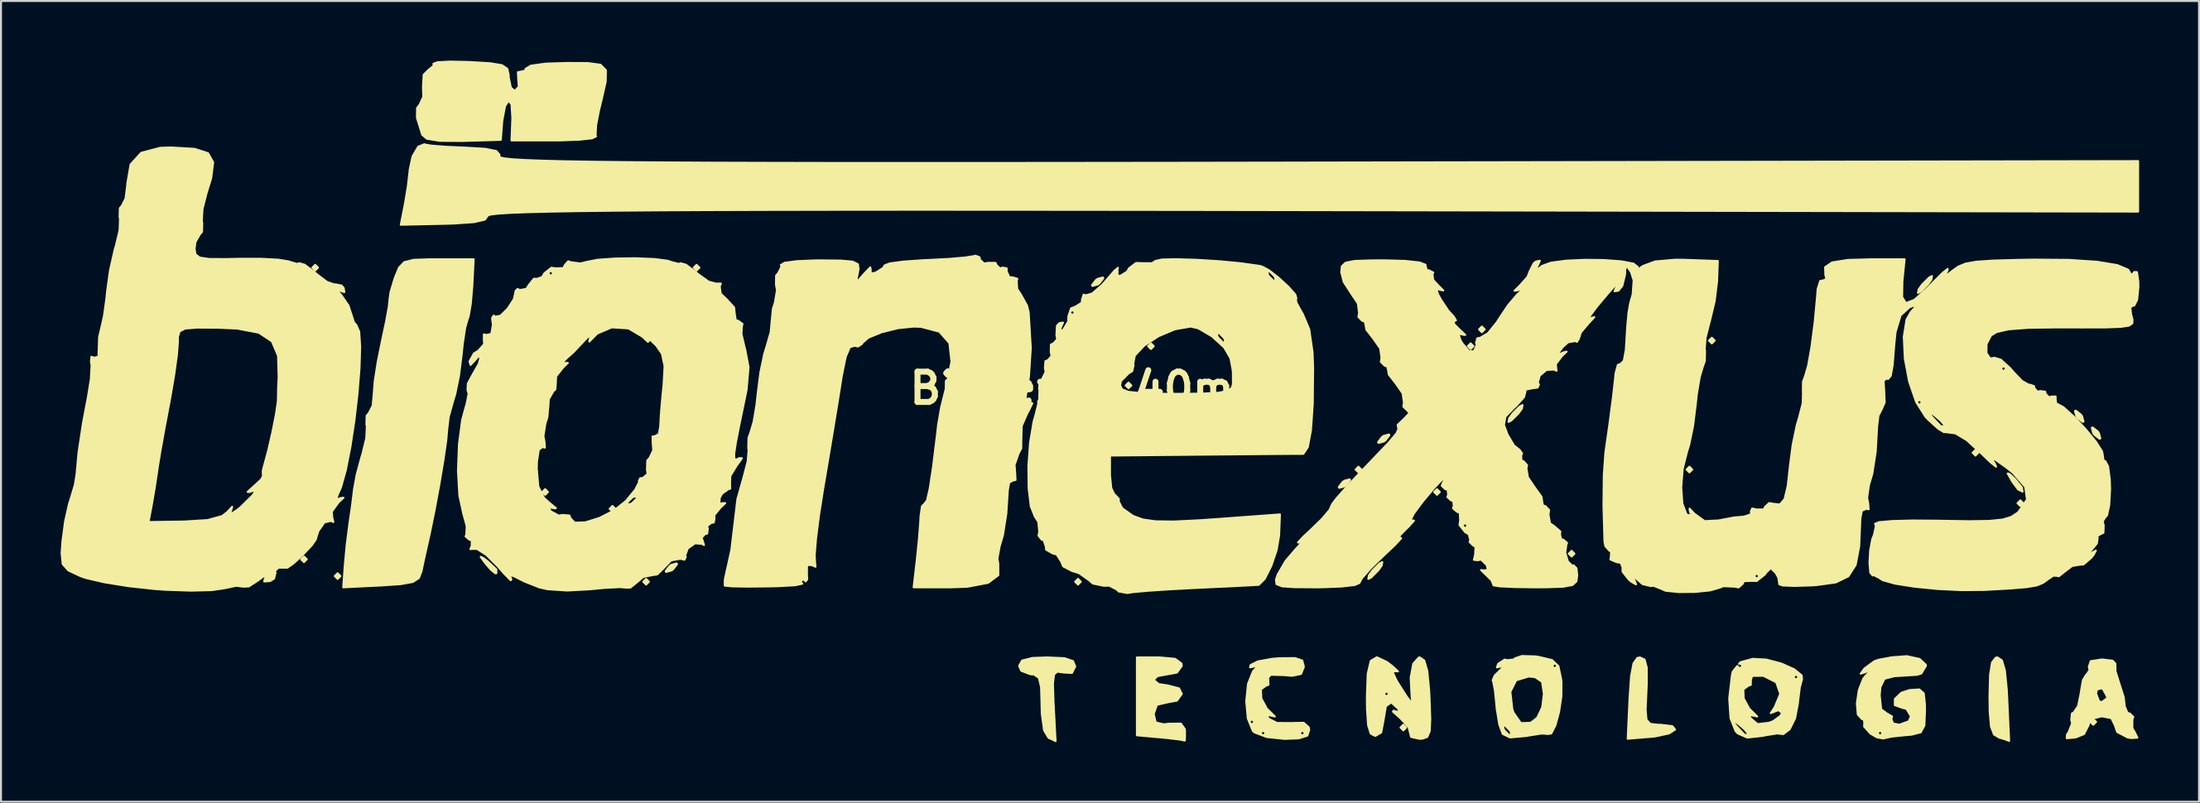
<source format=kicad_pcb>
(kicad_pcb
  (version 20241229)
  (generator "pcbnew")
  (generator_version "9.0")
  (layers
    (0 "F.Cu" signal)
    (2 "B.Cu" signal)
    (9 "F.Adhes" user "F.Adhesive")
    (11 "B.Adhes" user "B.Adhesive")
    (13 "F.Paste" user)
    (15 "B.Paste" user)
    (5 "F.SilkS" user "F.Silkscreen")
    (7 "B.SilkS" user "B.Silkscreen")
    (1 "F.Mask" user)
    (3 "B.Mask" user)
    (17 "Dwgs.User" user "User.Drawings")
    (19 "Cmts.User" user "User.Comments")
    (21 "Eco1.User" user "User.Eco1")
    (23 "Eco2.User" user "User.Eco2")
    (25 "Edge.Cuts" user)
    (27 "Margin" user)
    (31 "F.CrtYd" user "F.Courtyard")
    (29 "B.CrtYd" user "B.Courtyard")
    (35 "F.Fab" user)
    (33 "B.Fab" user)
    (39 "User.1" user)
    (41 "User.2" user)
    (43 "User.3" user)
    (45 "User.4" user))
  (footprint "Bionexus_40mm"
    (layer "F.Cu")
    (at 51.896 16.488)
    (property "Reference" "Bionexus_40mm" (at 0 0 0) (layer "F.SilkS") (effects (font (size 1.524 1.524) (thickness 0.3))))
    (attr through_hole)
    (fp_poly (pts (xy -39.511 8.608) (xy -39.652 8.749) (xy -39.793 8.608) (xy -39.652 8.467) (xy -39.511 8.608)) (stroke (width 0.1) (type solid)) (fill yes) (layer "F.SilkS"))
    (fp_poly (pts (xy -38.947 -6.068) (xy -39.088 -5.927) (xy -39.229 -6.068) (xy -39.088 -6.209) (xy -38.947 -6.068)) (stroke (width 0.1) (type solid)) (fill yes) (layer "F.SilkS"))
    (fp_poly (pts (xy -37.818 9.454) (xy -37.959 9.596) (xy -38.1 9.454) (xy -37.959 9.313) (xy -37.818 9.454)) (stroke (width 0.1) (type solid)) (fill yes) (layer "F.SilkS"))
    (fp_poly (pts (xy -27.376 5.221) (xy -27.517 5.362) (xy -27.658 5.221) (xy -27.517 5.08) (xy -27.376 5.221)) (stroke (width 0.1) (type solid)) (fill yes) (layer "F.SilkS"))
    (fp_poly (pts (xy -23.989 6.068) (xy -24.13 6.209) (xy -24.271 6.068) (xy -24.13 5.927) (xy -23.989 6.068)) (stroke (width 0.1) (type solid)) (fill yes) (layer "F.SilkS"))
    (fp_poly (pts (xy -22.296 9.737) (xy -22.437 9.878) (xy -22.578 9.737) (xy -22.437 9.596) (xy -22.296 9.737)) (stroke (width 0.1) (type solid)) (fill yes) (layer "F.SilkS"))
    (fp_poly (pts (xy -19.756 -6.068) (xy -19.897 -5.927) (xy -20.038 -6.068) (xy -19.897 -6.209) (xy -19.756 -6.068)) (stroke (width 0.1) (type solid)) (fill yes) (layer "F.SilkS"))
    (fp_poly (pts (xy -0.564 9.737) (xy -0.706 9.878) (xy -0.847 9.737) (xy -0.706 9.596) (xy -0.564 9.737)) (stroke (width 0.1) (type solid)) (fill yes) (layer "F.SilkS"))
    (fp_poly (pts (xy 1.976 -0.141) (xy 1.834 0) (xy 1.693 -0.141) (xy 1.834 -0.282) (xy 1.976 -0.141)) (stroke (width 0.1) (type solid)) (fill yes) (layer "F.SilkS"))
    (fp_poly (pts (xy 3.104 -2.117) (xy 2.963 -1.976) (xy 2.822 -2.117) (xy 2.963 -2.258) (xy 3.104 -2.117)) (stroke (width 0.1) (type solid)) (fill yes) (layer "F.SilkS"))
    (fp_poly (pts (xy 13.547 4.092) (xy 13.406 4.233) (xy 13.264 4.092) (xy 13.406 3.951) (xy 13.547 4.092)) (stroke (width 0.1) (type solid)) (fill yes) (layer "F.SilkS"))
    (fp_poly (pts (xy 15.804 17.074) (xy 15.663 17.216) (xy 15.522 17.074) (xy 15.663 16.933) (xy 15.804 17.074)) (stroke (width 0.1) (type solid)) (fill yes) (layer "F.SilkS"))
    (fp_poly (pts (xy 17.498 5.221) (xy 17.357 5.362) (xy 17.216 5.221) (xy 17.357 5.08) (xy 17.498 5.221)) (stroke (width 0.1) (type solid)) (fill yes) (layer "F.SilkS"))
    (fp_poly (pts (xy 19.191 -2.117) (xy 19.05 -1.976) (xy 18.909 -2.117) (xy 19.05 -2.258) (xy 19.191 -2.117)) (stroke (width 0.1) (type solid)) (fill yes) (layer "F.SilkS"))
    (fp_poly (pts (xy 19.756 -2.963) (xy 19.614 -2.822) (xy 19.473 -2.963) (xy 19.614 -3.104) (xy 19.756 -2.963)) (stroke (width 0.1) (type solid)) (fill yes) (layer "F.SilkS"))
    (fp_poly (pts (xy 24.271 8.326) (xy 24.13 8.467) (xy 23.989 8.326) (xy 24.13 8.184) (xy 24.271 8.326)) (stroke (width 0.1) (type solid)) (fill yes) (layer "F.SilkS"))
    (fp_poly (pts (xy 30.198 4.092) (xy 30.057 4.233) (xy 29.916 4.092) (xy 30.057 3.951) (xy 30.198 4.092)) (stroke (width 0.1) (type solid)) (fill yes) (layer "F.SilkS"))
    (fp_poly (pts (xy 31.327 -2.399) (xy 31.186 -2.258) (xy 31.044 -2.399) (xy 31.186 -2.54) (xy 31.327 -2.399)) (stroke (width 0.1) (type solid)) (fill yes) (layer "F.SilkS"))
    (fp_poly (pts (xy 44.591 3.246) (xy 44.45 3.387) (xy 44.309 3.246) (xy 44.45 3.104) (xy 44.591 3.246)) (stroke (width 0.1) (type solid)) (fill yes) (layer "F.SilkS"))
    (fp_poly (pts (xy 46.849 5.786) (xy 46.708 5.927) (xy 46.567 5.786) (xy 46.708 5.644) (xy 46.849 5.786)) (stroke (width 0.1) (type solid)) (fill yes) (layer "F.SilkS"))
    (fp_poly (pts (xy 50.518 16.792) (xy 50.377 16.933) (xy 50.236 16.792) (xy 50.377 16.651) (xy 50.518 16.792)) (stroke (width 0.1) (type solid)) (fill yes) (layer "F.SilkS"))
    (fp_poly (pts (xy 46.821 5.202) (xy 46.598 5.096) (xy 46.313 4.714) (xy 46.072 4.291) (xy 46.162 4.313) (xy 46.448 4.579) (xy 46.784 4.992) (xy 46.821 5.202)) (stroke (width 0.1) (type solid)) (fill yes) (layer "F.SilkS"))
    (fp_poly (pts (xy -29.971 9.125) (xy -29.973 9.309) (xy -30.022 9.313) (xy -30.258 9.12) (xy -30.516 8.819) (xy -30.76 8.485) (xy -30.614 8.555) (xy -30.409 8.713) (xy -29.971 9.125)) (stroke (width 0.1) (type solid)) (fill yes) (layer "F.SilkS"))
    (fp_poly (pts (xy -20.884 8.857) (xy -21.083 9.114) (xy -21.167 9.172) (xy -21.431 9.244) (xy -21.449 9.206) (xy -21.25 8.948) (xy -21.167 8.89) (xy -20.903 8.818) (xy -20.884 8.857)) (stroke (width 0.1) (type solid)) (fill yes) (layer "F.SilkS"))
    (fp_poly (pts (xy 0.564 -5.537) (xy 0.366 -5.279) (xy 0.282 -5.221) (xy 0.018 -5.149) (xy 0 -5.188) (xy 0.199 -5.445) (xy 0.282 -5.503) (xy 0.546 -5.575) (xy 0.564 -5.537)) (stroke (width 0.1) (type solid)) (fill yes) (layer "F.SilkS"))
    (fp_poly (pts (xy 12.982 4.623) (xy 12.784 4.881) (xy 12.7 4.939) (xy 12.436 5.011) (xy 12.418 4.972) (xy 12.616 4.715) (xy 12.7 4.657) (xy 12.964 4.585) (xy 12.982 4.623)) (stroke (width 0.1) (type solid)) (fill yes) (layer "F.SilkS"))
    (fp_poly (pts (xy 14.604 8.749) (xy 14.572 8.925) (xy 14.393 9.172) (xy 14.039 9.524) (xy 13.901 9.596) (xy 13.933 9.419) (xy 14.111 9.172) (xy 14.466 8.82) (xy 14.604 8.749)) (stroke (width 0.1) (type solid)) (fill yes) (layer "F.SilkS"))
    (fp_poly (pts (xy 14.958 2.366) (xy 14.759 2.623) (xy 14.676 2.681) (xy 14.412 2.753) (xy 14.393 2.714) (xy 14.592 2.457) (xy 14.676 2.399) (xy 14.939 2.327) (xy 14.958 2.366)) (stroke (width 0.1) (type solid)) (fill yes) (layer "F.SilkS"))
    (fp_poly (pts (xy 21.659 0.847) (xy 21.627 1.023) (xy 21.449 1.27) (xy 21.094 1.622) (xy 20.956 1.693) (xy 20.988 1.517) (xy 21.167 1.27) (xy 21.521 0.918) (xy 21.659 0.847)) (stroke (width 0.1) (type solid)) (fill yes) (layer "F.SilkS"))
    (fp_poly (pts (xy 42.261 -5.644) (xy 42.229 -5.468) (xy 42.051 -5.221) (xy 41.696 -4.869) (xy 41.559 -4.798) (xy 41.591 -4.974) (xy 41.769 -5.221) (xy 42.124 -5.573) (xy 42.261 -5.644)) (stroke (width 0.1) (type solid)) (fill yes) (layer "F.SilkS"))
    (fp_poly (pts (xy 49.884 1.675) (xy 49.846 1.693) (xy 49.588 1.495) (xy 49.53 1.411) (xy 49.458 1.147) (xy 49.497 1.129) (xy 49.754 1.328) (xy 49.812 1.411) (xy 49.884 1.675)) (stroke (width 0.1) (type solid)) (fill yes) (layer "F.SilkS"))
    (fp_poly (pts (xy 50.731 2.522) (xy 50.692 2.54) (xy 50.435 2.341) (xy 50.377 2.258) (xy 50.305 1.994) (xy 50.343 1.976) (xy 50.601 2.174) (xy 50.659 2.258) (xy 50.731 2.522)) (stroke (width 0.1) (type solid)) (fill yes) (layer "F.SilkS"))
    (fp_poly (pts (xy 46.143 17.748) (xy 45.915 17.66) (xy 45.649 17.585) (xy 45.382 17.423) (xy 45.231 17.029) (xy 45.166 16.279) (xy 45.156 15.502) (xy 45.184 14.42) (xy 45.282 13.805) (xy 45.468 13.562) (xy 45.557 13.547) (xy 45.781 13.697) (xy 45.93 14.205) (xy 46.024 15.156) (xy 46.05 15.664) (xy 46.095 16.67) (xy 46.128 17.407) (xy 46.143 17.741) (xy 46.143 17.748)) (stroke (width 0.1) (type solid)) (fill yes) (layer "F.SilkS"))
    (fp_poly (pts (xy 29.335 17.175) (xy 29.033 17.371) (xy 28.341 17.521) (xy 28.152 17.54) (xy 26.952 17.639) (xy 27.045 15.593) (xy 27.122 14.487) (xy 27.244 13.847) (xy 27.437 13.575) (xy 27.564 13.547) (xy 27.801 13.655) (xy 27.91 14.055) (xy 27.913 14.862) (xy 27.895 15.241) (xy 27.853 16.177) (xy 27.897 16.683) (xy 28.082 16.891) (xy 28.461 16.934) (xy 28.575 16.934) (xy 29.2 17.006) (xy 29.335 17.175)) (stroke (width 0.1) (type solid)) (fill yes) (layer "F.SilkS"))
    (fp_poly (pts (xy -0.847 14.003) (xy -1.012 14.329) (xy -1.434 14.305) (xy -1.749 14.26) (xy -1.915 14.41) (xy -1.967 14.872) (xy -1.939 15.762) (xy -1.928 15.967) (xy -1.88 16.89) (xy -1.847 17.536) (xy -1.834 17.758) (xy -2.047 17.652) (xy -2.187 17.593) (xy -2.414 17.217) (xy -2.529 16.371) (xy -2.54 15.922) (xy -2.565 15.033) (xy -2.674 14.573) (xy -2.916 14.408) (xy -3.104 14.393) (xy -3.564 14.217) (xy -3.669 13.97) (xy -3.518 13.704) (xy -2.995 13.574) (xy -2.258 13.547) (xy -1.387 13.587) (xy -0.957 13.732) (xy -0.847 14.003)) (stroke (width 0.1) (type solid)) (fill yes) (layer "F.SilkS"))
    (fp_poly (pts (xy 4.677 17.273) (xy 4.672 17.675) (xy 4.667 17.731) (xy 4.409 17.678) (xy 3.774 17.604) (xy 3.457 17.573) (xy 2.258 17.465) (xy 2.258 15.506) (xy 2.258 13.547) (xy 3.387 13.547) (xy 4.172 13.617) (xy 4.495 13.848) (xy 4.516 13.97) (xy 4.27 14.31) (xy 3.81 14.393) (xy 3.28 14.49) (xy 3.104 14.676) (xy 3.346 14.888) (xy 3.81 14.958) (xy 4.377 15.105) (xy 4.516 15.381) (xy 4.27 15.722) (xy 3.81 15.804) (xy 3.262 15.932) (xy 3.105 16.387) (xy 3.104 16.401) (xy 3.203 16.82) (xy 3.608 16.914) (xy 3.891 16.882) (xy 4.472 16.879) (xy 4.671 17.159) (xy 4.677 17.273)) (stroke (width 0.1) (type solid)) (fill yes) (layer "F.SilkS"))
    (fp_poly (pts (xy 52.596 17.586) (xy 52.274 17.603) (xy 52.108 17.574) (xy 51.578 17.299) (xy 51.471 16.978) (xy 51.289 16.601) (xy 51.082 16.563) (xy 51.082 15.539) (xy 50.877 15.157) (xy 50.8 15.099) (xy 50.558 15.163) (xy 50.518 15.364) (xy 50.665 15.751) (xy 50.8 15.804) (xy 51.074 15.602) (xy 51.082 15.539) (xy 51.082 16.563) (xy 50.8 16.51) (xy 50.242 16.649) (xy 50.129 16.978) (xy 49.911 17.403) (xy 49.492 17.574) (xy 49.042 17.612) (xy 49.057 17.423) (xy 49.128 17.33) (xy 49.312 16.873) (xy 49.27 16.688) (xy 49.305 16.369) (xy 49.393 16.32) (xy 49.611 16.001) (xy 49.744 15.358) (xy 49.748 15.309) (xy 49.857 14.685) (xy 50.037 14.396) (xy 50.054 14.394) (xy 50.191 14.189) (xy 50.153 14.021) (xy 50.249 13.736) (xy 50.813 13.649) (xy 51.344 13.71) (xy 51.488 13.857) (xy 51.495 14.238) (xy 51.69 14.864) (xy 51.909 15.547) (xy 51.962 16.016) (xy 52.098 16.34) (xy 52.215 16.369) (xy 52.392 16.543) (xy 52.345 16.663) (xy 52.342 17.105) (xy 52.472 17.33) (xy 52.596 17.586)) (stroke (width 0.1) (type solid)) (fill yes) (layer "F.SilkS"))
    (fp_poly (pts (xy 17.018 16.649) (xy 16.99 17.261) (xy 16.864 17.55) (xy 16.613 17.636) (xy 16.466 17.64) (xy 16.051 17.546) (xy 16.013 17.388) (xy 15.929 17.057) (xy 15.511 16.603) (xy 15.492 16.588) (xy 15.143 16.275) (xy 15.172 16.226) (xy 15.213 16.247) (xy 15.472 16.305) (xy 15.408 16.13) (xy 15.056 15.81) (xy 14.958 15.879) (xy 14.958 15.381) (xy 14.817 15.24) (xy 14.676 15.381) (xy 14.817 15.522) (xy 14.958 15.381) (xy 14.958 15.879) (xy 14.786 15.998) (xy 14.676 16.639) (xy 14.676 16.651) (xy 14.549 17.323) (xy 14.252 17.498) (xy 14.022 17.382) (xy 13.891 16.964) (xy 13.835 16.141) (xy 13.829 15.522) (xy 13.871 14.366) (xy 14.024 13.721) (xy 14.33 13.54) (xy 14.828 13.773) (xy 15.116 13.991) (xy 15.392 14.25) (xy 15.281 14.238) (xy 15.117 14.268) (xy 15.325 14.718) (xy 15.408 14.852) (xy 15.845 15.537) (xy 16.054 15.806) (xy 16.103 15.725) (xy 16.08 15.522) (xy 16.032 14.569) (xy 16.163 13.864) (xy 16.443 13.551) (xy 16.488 13.547) (xy 16.715 13.701) (xy 16.866 14.22) (xy 16.961 15.192) (xy 16.982 15.594) (xy 17.018 16.649)) (stroke (width 0.1) (type solid)) (fill yes) (layer "F.SilkS"))
    (fp_poly (pts (xy -24.459 -16.003) (xy -24.47 -15.43) (xy -24.693 -14.45) (xy -24.808 -13.986) (xy -24.954 -13.238) (xy -24.979 -12.74) (xy -24.959 -12.672) (xy -25.158 -12.578) (xy -25.795 -12.508) (xy -26.745 -12.473) (xy -27.023 -12.471) (xy -29.21 -12.471) (xy -29.167 -13.602) (xy -29.209 -14.289) (xy -29.357 -14.476) (xy -29.536 -14.195) (xy -29.671 -13.481) (xy -29.681 -13.372) (xy -29.747 -12.5) (xy -31.669 -12.444) (xy -32.812 -12.45) (xy -33.467 -12.557) (xy -33.702 -12.756) (xy -33.885 -13.347) (xy -33.968 -13.608) (xy -33.96 -14.106) (xy -33.828 -14.276) (xy -33.649 -14.662) (xy -33.664 -15.154) (xy -33.63 -15.776) (xy -33.41 -15.997) (xy -33.128 -16.228) (xy -33.137 -16.328) (xy -32.938 -16.405) (xy -32.309 -16.438) (xy -31.381 -16.42) (xy -31.301 -16.416) (xy -30.276 -16.354) (xy -29.692 -16.258) (xy -29.425 -16.08) (xy -29.353 -15.77) (xy -29.351 -15.64) (xy -29.24 -15.121) (xy -29.036 -14.958) (xy -28.842 -15.181) (xy -28.869 -15.523) (xy -28.887 -15.905) (xy -28.76 -15.929) (xy -28.52 -15.978) (xy -28.504 -16.07) (xy -28.236 -16.232) (xy -27.486 -16.336) (xy -26.427 -16.369) (xy -25.363 -16.364) (xy -24.732 -16.279) (xy -24.459 -16.003)) (stroke (width 0.1) (type solid)) (fill yes) (layer "F.SilkS"))
    (fp_poly (pts (xy -31.113 -6.491) (xy -31.184 -5.111) (xy -31.258 -4.248) (xy -31.366 -3.618) (xy -31.424 -3.457) (xy -31.542 -3.038) (xy -31.66 -2.259) (xy -31.721 -1.662) (xy -31.852 -0.629) (xy -32.041 0.294) (xy -32.148 0.643) (xy -32.371 1.445) (xy -32.443 2.054) (xy -32.494 2.635) (xy -32.635 3.608) (xy -32.837 4.816) (xy -33.074 6.098) (xy -33.319 7.296) (xy -33.423 7.761) (xy -33.61 8.594) (xy -33.743 9.22) (xy -33.871 9.551) (xy -34.176 9.749) (xy -34.79 9.86) (xy -35.771 9.925) (xy -37.677 10.019) (xy -37.596 8.89) (xy -37.499 7.851) (xy -37.37 6.843) (xy -37.36 6.773) (xy -37.229 5.872) (xy -37.134 5.085) (xy -37.133 5.08) (xy -36.997 4.338) (xy -36.752 3.437) (xy -36.71 3.304) (xy -36.518 2.52) (xy -36.488 1.92) (xy -36.51 1.832) (xy -36.499 1.382) (xy -36.391 1.26) (xy -36.197 0.881) (xy -36.144 0.334) (xy -36.096 -0.327) (xy -35.943 -1.315) (xy -35.733 -2.356) (xy -35.523 -3.339) (xy -35.385 -4.095) (xy -35.347 -4.467) (xy -35.348 -4.472) (xy -35.297 -4.838) (xy -35.102 -5.488) (xy -35.072 -5.574) (xy -34.869 -6.069) (xy -34.609 -6.343) (xy -34.14 -6.462) (xy -33.309 -6.491) (xy -32.928 -6.491) (xy -31.113 -6.491)) (stroke (width 0.1) (type solid)) (fill yes) (layer "F.SilkS"))
    (fp_poly (pts (xy 52.634 -8.89) (xy 11.077 -8.962) (xy 5.23 -8.972) (xy -0.075 -8.978) (xy -4.861 -8.982) (xy -9.153 -8.983) (xy -12.972 -8.98) (xy -16.342 -8.974) (xy -19.285 -8.965) (xy -21.826 -8.952) (xy -23.987 -8.935) (xy -25.79 -8.914) (xy -27.26 -8.888) (xy -28.419 -8.859) (xy -29.289 -8.825) (xy -29.896 -8.786) (xy -30.26 -8.743) (xy -30.405 -8.695) (xy -30.41 -8.68) (xy -30.55 -8.485) (xy -31.106 -8.358) (xy -32.142 -8.288) (xy -32.56 -8.276) (xy -34.78 -8.227) (xy -34.576 -9.264) (xy -34.425 -10.169) (xy -34.334 -10.962) (xy -34.331 -11.007) (xy -34.186 -11.671) (xy -33.904 -12.154) (xy -33.594 -12.277) (xy -33.568 -12.264) (xy -33.225 -12.207) (xy -32.482 -12.15) (xy -31.547 -12.109) (xy -30.521 -12.048) (xy -29.971 -11.935) (xy -29.813 -11.747) (xy -29.831 -11.667) (xy -29.78 -11.614) (xy -29.566 -11.566) (xy -29.166 -11.523) (xy -28.554 -11.486) (xy -27.706 -11.453) (xy -26.597 -11.424) (xy -25.202 -11.4) (xy -23.496 -11.38) (xy -21.454 -11.364) (xy -19.052 -11.351) (xy -16.265 -11.343) (xy -13.069 -11.337) (xy -9.437 -11.335) (xy -5.346 -11.336) (xy -0.771 -11.34) (xy 4.313 -11.346) (xy 9.931 -11.355) (xy 11.329 -11.358) (xy 52.634 -11.43) (xy 52.634 -10.16) (xy 52.634 -8.89)) (stroke (width 0.1) (type solid)) (fill yes) (layer "F.SilkS"))
    (fp_poly (pts (xy 10.927 17.191) (xy 10.829 17.484) (xy 10.724 17.517) (xy 10.724 17.357) (xy 10.583 17.216) (xy 10.442 17.357) (xy 10.583 17.498) (xy 10.724 17.357) (xy 10.724 17.517) (xy 10.395 17.62) (xy 9.692 17.646) (xy 8.79 17.553) (xy 8.618 17.488) (xy 8.749 17.357) (xy 8.608 17.216) (xy 8.467 17.357) (xy 8.586 17.476) (xy 8.178 17.321) (xy 8.091 17.243) (xy 7.91 16.8) (xy 8.043 16.933) (xy 8.184 16.792) (xy 8.043 16.651) (xy 7.906 16.789) (xy 7.838 16.623) (xy 7.759 15.752) (xy 7.849 14.876) (xy 8.101 14.243) (xy 8.177 14.161) (xy 8.41 13.924) (xy 8.211 13.993) (xy 7.951 14.046) (xy 7.983 13.926) (xy 8.345 13.748) (xy 9.06 13.617) (xy 9.421 13.588) (xy 10.21 13.581) (xy 10.576 13.702) (xy 10.655 14) (xy 10.653 14.036) (xy 10.514 14.378) (xy 10.07 14.47) (xy 9.643 14.436) (xy 8.989 14.419) (xy 8.841 14.586) (xy 8.868 14.64) (xy 8.877 14.925) (xy 8.766 14.958) (xy 8.497 15.156) (xy 8.517 15.614) (xy 8.794 16.124) (xy 8.961 16.288) (xy 9.196 16.52) (xy 9.058 16.487) (xy 8.801 16.431) (xy 8.875 16.627) (xy 9.3 16.845) (xy 9.99 16.85) (xy 10.646 16.836) (xy 10.906 17.067) (xy 10.927 17.191)) (stroke (width 0.1) (type solid)) (fill yes) (layer "F.SilkS"))
    (fp_poly (pts (xy 41.957 13.97) (xy 41.727 14.354) (xy 41.51 14.421) (xy 40.876 14.46) (xy 40.366 14.492) (xy 39.871 14.62) (xy 39.667 15.037) (xy 39.63 15.452) (xy 39.705 16.157) (xy 39.991 16.369) (xy 40.251 16.517) (xy 40.217 16.651) (xy 40.303 16.873) (xy 40.623 16.933) (xy 41.096 16.761) (xy 41.204 16.51) (xy 40.979 16.136) (xy 40.781 16.087) (xy 40.393 15.947) (xy 40.395 15.639) (xy 40.721 15.326) (xy 41.134 15.19) (xy 41.626 15.159) (xy 41.849 15.356) (xy 41.908 15.925) (xy 41.91 16.234) (xy 41.879 16.972) (xy 41.696 17.316) (xy 41.227 17.435) (xy 40.946 17.457) (xy 40.248 17.529) (xy 39.832 17.617) (xy 39.814 17.626) (xy 39.793 17.622) (xy 39.793 17.357) (xy 39.652 17.216) (xy 39.511 17.357) (xy 39.652 17.498) (xy 39.793 17.357) (xy 39.793 17.622) (xy 39.482 17.565) (xy 39.16 17.374) (xy 38.847 17.021) (xy 38.857 16.835) (xy 38.833 16.662) (xy 38.74 16.651) (xy 38.529 16.419) (xy 38.482 15.864) (xy 38.58 15.194) (xy 38.804 14.62) (xy 38.947 14.443) (xy 39.225 14.177) (xy 39.069 14.215) (xy 38.947 14.273) (xy 38.677 14.364) (xy 38.847 14.128) (xy 38.873 14.099) (xy 39.361 13.74) (xy 39.579 13.664) (xy 40.133 13.561) (xy 40.217 13.543) (xy 40.993 13.484) (xy 41.637 13.624) (xy 41.951 13.915) (xy 41.957 13.97)) (stroke (width 0.1) (type solid)) (fill yes) (layer "F.SilkS"))
    (fp_poly (pts (xy 23.619 14.797) (xy 23.614 15.509) (xy 23.499 16.284) (xy 23.424 16.561) (xy 23.424 13.97) (xy 23.283 13.829) (xy 23.142 13.97) (xy 23.283 14.111) (xy 23.424 13.97) (xy 23.424 16.561) (xy 23.316 16.96) (xy 23.108 17.372) (xy 22.949 17.399) (xy 22.735 17.384) (xy 22.735 15.381) (xy 22.643 14.772) (xy 22.295 14.538) (xy 21.968 14.506) (xy 21.336 14.699) (xy 21.048 15.274) (xy 21.144 16.141) (xy 21.205 16.324) (xy 21.576 16.855) (xy 22.075 16.837) (xy 22.402 16.581) (xy 22.651 16.057) (xy 22.735 15.381) (xy 22.735 17.384) (xy 22.624 17.376) (xy 21.98 17.474) (xy 21.866 17.499) (xy 21.078 17.569) (xy 21.078 17.315) (xy 21.026 17.216) (xy 20.76 16.946) (xy 20.71 16.933) (xy 20.691 17.116) (xy 20.743 17.216) (xy 21.009 17.485) (xy 21.059 17.498) (xy 21.078 17.315) (xy 21.078 17.569) (xy 21.03 17.573) (xy 20.663 17.396) (xy 20.491 16.922) (xy 20.364 16.153) (xy 20.346 15.946) (xy 20.271 15.206) (xy 20.182 14.752) (xy 20.157 14.703) (xy 20.255 14.464) (xy 20.536 14.189) (xy 20.768 13.959) (xy 20.629 13.993) (xy 20.371 14.047) (xy 20.437 13.868) (xy 20.764 13.655) (xy 20.884 13.688) (xy 21.233 13.65) (xy 21.278 13.594) (xy 21.628 13.476) (xy 22.3 13.495) (xy 22.467 13.519) (xy 23.146 13.68) (xy 23.467 13.991) (xy 23.603 14.645) (xy 23.619 14.797)) (stroke (width 0.1) (type solid)) (fill yes) (layer "F.SilkS"))
    (fp_poly (pts (xy 35.722 14.641) (xy 35.611 15.053) (xy 35.56 15.469) (xy 35.56 14.534) (xy 35.419 14.393) (xy 35.278 14.534) (xy 35.419 14.676) (xy 35.56 14.534) (xy 35.56 15.469) (xy 35.524 15.761) (xy 35.518 15.848) (xy 35.372 16.614) (xy 35.106 17.151) (xy 35.082 17.175) (xy 34.775 17.408) (xy 34.713 17.398) (xy 34.713 16.322) (xy 34.529 16.197) (xy 34.361 16.265) (xy 34.15 16.349) (xy 34.332 16.077) (xy 34.345 16.061) (xy 34.629 15.378) (xy 34.425 14.797) (xy 33.791 14.478) (xy 33.748 14.471) (xy 33.214 14.476) (xy 33.153 14.663) (xy 33.143 14.932) (xy 33.037 14.958) (xy 32.768 15.156) (xy 32.788 15.614) (xy 33.065 16.124) (xy 33.232 16.288) (xy 33.467 16.52) (xy 33.329 16.487) (xy 33.071 16.433) (xy 33.134 16.608) (xy 33.485 16.904) (xy 34.059 16.836) (xy 34.267 16.762) (xy 34.655 16.477) (xy 34.713 16.322) (xy 34.713 17.398) (xy 34.472 17.371) (xy 33.878 17.465) (xy 33.74 17.495) (xy 33.02 17.575) (xy 33.02 17.391) (xy 32.827 17.156) (xy 32.526 16.897) (xy 32.192 16.653) (xy 32.262 16.799) (xy 32.42 17.004) (xy 32.831 17.443) (xy 33.015 17.441) (xy 33.02 17.391) (xy 33.02 17.575) (xy 32.97 17.581) (xy 32.49 17.37) (xy 32.379 17.253) (xy 32.125 16.605) (xy 32.06 15.611) (xy 32.193 14.462) (xy 32.235 14.268) (xy 32.466 13.981) (xy 32.597 14.111) (xy 32.738 13.97) (xy 32.597 13.829) (xy 32.553 13.873) (xy 32.619 13.791) (xy 33.243 13.619) (xy 33.924 13.655) (xy 34.674 13.853) (xy 35.324 14.142) (xy 35.705 14.452) (xy 35.722 14.641)) (stroke (width 0.1) (type solid)) (fill yes) (layer "F.SilkS"))
    (fp_poly (pts (xy -3.005 0.757) (xy -3.195 1.151) (xy -3.247 1.233) (xy -3.538 1.895) (xy -3.554 2.432) (xy -3.563 3.03) (xy -3.697 3.28) (xy -3.898 3.854) (xy -3.87 4.232) (xy -3.85 4.616) (xy -3.976 4.642) (xy -4.172 4.751) (xy -4.238 5.135) (xy -4.314 6.322) (xy -4.483 7.392) (xy -4.653 7.973) (xy -4.761 8.577) (xy -4.718 8.831) (xy -4.716 9.407) (xy -5.23 9.792) (xy -6.268 9.989) (xy -7.098 10.019) (xy -8.976 10.019) (xy -8.814 8.608) (xy -8.712 7.611) (xy -8.643 6.726) (xy -8.63 6.448) (xy -8.557 5.938) (xy -8.428 5.809) (xy -8.309 5.661) (xy -8.168 5.055) (xy -8.001 3.961) (xy -7.802 2.345) (xy -7.744 1.834) (xy -7.591 0.952) (xy -7.355 0.01) (xy -7.352 0.002) (xy -7.073 -1.334) (xy -7.177 -2.272) (xy -7.682 -2.847) (xy -8.604 -3.091) (xy -8.97 -3.104) (xy -9.774 -3.022) (xy -10.599 -2.814) (xy -11.258 -2.543) (xy -11.566 -2.271) (xy -11.571 -2.239) (xy -11.776 -2.1) (xy -11.953 -2.14) (xy -12.192 -2.061) (xy -12.396 -1.575) (xy -12.593 -0.609) (xy -12.631 -0.367) (xy -12.801 0.701) (xy -13.035 2.126) (xy -13.3 3.709) (xy -13.524 5.03) (xy -13.737 6.381) (xy -13.885 7.538) (xy -13.955 8.385) (xy -13.936 8.802) (xy -13.93 8.813) (xy -13.916 8.983) (xy -14.09 8.903) (xy -14.34 8.895) (xy -14.346 9.308) (xy -14.334 9.627) (xy -14.411 9.719) (xy -14.534 9.596) (xy -14.676 9.737) (xy -14.577 9.835) (xy -14.941 9.915) (xy -15.788 9.961) (xy -16.322 9.974) (xy -17.337 9.984) (xy -18.102 9.971) (xy -18.47 9.935) (xy -18.481 9.929) (xy -18.476 9.626) (xy -18.344 9.008) (xy -18.326 8.942) (xy -18.147 8.129) (xy -18.07 7.479) (xy -17.844 5.581) (xy -17.524 4.443) (xy -17.326 3.676) (xy -17.279 3.11) (xy -17.296 3.031) (xy -17.286 2.498) (xy -17.184 2.218) (xy -17.026 1.682) (xy -16.882 0.818) (xy -16.82 0.243) (xy -16.687 -0.798) (xy -16.49 -1.74) (xy -16.38 -2.091) (xy -16.17 -2.822) (xy -16.12 -3.361) (xy -16.057 -4.005) (xy -15.959 -4.304) (xy -15.852 -4.934) (xy -15.903 -5.212) (xy -15.898 -5.668) (xy -15.788 -5.796) (xy -15.626 -6.117) (xy -15.658 -6.2) (xy -15.472 -6.312) (xy -14.848 -6.395) (xy -13.913 -6.434) (xy -13.721 -6.435) (xy -12.658 -6.425) (xy -12.048 -6.372) (xy -11.781 -6.241) (xy -11.747 -5.999) (xy -11.781 -5.828) (xy -11.863 -5.41) (xy -11.744 -5.444) (xy -11.444 -5.786) (xy -11.157 -6.082) (xy -11.142 -6) (xy -11.132 -5.769) (xy -10.88 -5.819) (xy -10.499 -6.064) (xy -10.442 -6.179) (xy -10.183 -6.28) (xy -9.495 -6.373) (xy -8.514 -6.442) (xy -8.264 -6.453) (xy -7.199 -6.508) (xy -6.358 -6.581) (xy -5.897 -6.657) (xy -5.865 -6.67) (xy -5.661 -6.591) (xy -5.644 -6.478) (xy -5.44 -6.275) (xy -5.221 -6.311) (xy -4.858 -6.309) (xy -4.798 -6.183) (xy -4.623 -6.025) (xy -4.509 -6.072) (xy -4.295 -6.032) (xy -4.297 -5.877) (xy -4.162 -5.587) (xy -4.001 -5.581) (xy -3.758 -5.507) (xy -3.792 -5.392) (xy -3.765 -4.992) (xy -3.601 -4.75) (xy -3.269 -4.154) (xy -3.188 -3.81) (xy -3.082 -2.034) (xy -3.173 -0.6) (xy -3.246 -0.171) (xy -3.349 0.523) (xy -3.273 0.763) (xy -3.114 0.712) (xy -3.005 0.757)) (stroke (width 0.1) (type solid)) (fill yes) (layer "F.SilkS"))
    (fp_poly (pts (xy -36.824 -2.078) (xy -36.858 -0.996) (xy -36.96 0.283) (xy -37.117 1.64) (xy -37.317 2.956) (xy -37.545 4.111) (xy -37.79 4.987) (xy -37.958 5.361) (xy -38.029 5.604) (xy -37.791 5.526) (xy -37.667 5.511) (xy -37.917 5.746) (xy -38.254 6.213) (xy -38.226 6.516) (xy -38.174 6.73) (xy -38.309 6.677) (xy -38.626 6.753) (xy -38.933 7.194) (xy -39.063 7.62) (xy -39.266 7.911) (xy -39.698 8.368) (xy -40.165 8.803) (xy -40.479 9.027) (xy -40.499 9.031) (xy -40.881 9.031) (xy -40.926 9.031) (xy -40.926 -0.564) (xy -40.957 -1.638) (xy -41.265 -2.361) (xy -41.924 -2.796) (xy -43.01 -3.003) (xy -43.968 -3.045) (xy -45.02 -3.051) (xy -45.628 -3.005) (xy -45.913 -2.864) (xy -45.995 -2.586) (xy -45.996 -2.311) (xy -46.044 -1.686) (xy -46.18 -0.693) (xy -46.38 0.483) (xy -46.449 0.847) (xy -46.678 2.059) (xy -46.875 3.158) (xy -47.005 3.95) (xy -47.025 4.092) (xy -47.165 5.025) (xy -47.304 5.836) (xy -47.472 6.734) (xy -45.679 6.708) (xy -44.491 6.632) (xy -43.768 6.432) (xy -43.512 6.234) (xy -43.264 5.968) (xy -43.318 6.151) (xy -43.346 6.209) (xy -43.308 6.322) (xy -42.958 6.085) (xy -42.802 5.948) (xy -42.224 5.381) (xy -42.073 5.127) (xy -42.358 5.202) (xy -42.404 5.225) (xy -42.485 5.215) (xy -42.192 4.948) (xy -41.803 4.59) (xy -41.717 4.433) (xy -41.725 4.157) (xy -41.674 3.951) (xy -41.458 3.16) (xy -41.239 2.206) (xy -41.06 1.303) (xy -40.968 0.668) (xy -40.963 0.564) (xy -40.952 -0.046) (xy -40.926 -0.564) (xy -40.926 9.031) (xy -40.939 9.031) (xy -41.117 9.199) (xy -41.082 9.284) (xy -41.159 9.581) (xy -41.362 9.704) (xy -41.654 9.725) (xy -41.594 9.522) (xy -41.616 9.42) (xy -41.955 9.666) (xy -41.955 9.667) (xy -42.428 9.974) (xy -42.695 9.987) (xy -43.059 9.94) (xy -43.659 10.068) (xy -44.306 10.161) (xy -45.348 10.186) (xy -46.622 10.142) (xy -47.159 10.104) (xy -48.471 9.962) (xy -49.689 9.766) (xy -50.619 9.551) (xy -50.892 9.457) (xy -51.508 9.167) (xy -51.792 8.848) (xy -51.846 8.301) (xy -51.803 7.689) (xy -51.671 6.702) (xy -51.476 5.826) (xy -51.401 5.597) (xy -51.177 4.849) (xy -51.094 4.327) (xy -50.992 3.216) (xy -50.772 1.76) (xy -50.519 0.426) (xy -50.376 -0.458) (xy -50.338 -1.142) (xy -50.369 -1.353) (xy -50.347 -1.583) (xy -50.209 -1.536) (xy -49.992 -1.586) (xy -49.984 -1.874) (xy -49.958 -2.58) (xy -49.861 -2.991) (xy -49.714 -3.639) (xy -49.589 -4.545) (xy -49.56 -4.854) (xy -49.413 -5.927) (xy -49.175 -6.975) (xy -49.117 -7.167) (xy -48.93 -7.943) (xy -48.908 -8.535) (xy -48.928 -8.61) (xy -48.918 -9.059) (xy -48.812 -9.18) (xy -48.628 -9.55) (xy -48.543 -10.228) (xy -48.542 -10.298) (xy -48.376 -11.26) (xy -47.843 -11.846) (xy -46.89 -12.099) (xy -46.335 -12.116) (xy -45.16 -12.047) (xy -44.477 -11.827) (xy -44.22 -11.365) (xy -44.321 -10.573) (xy -44.561 -9.796) (xy -44.759 -9.012) (xy -44.792 -8.412) (xy -44.77 -8.323) (xy -44.78 -7.874) (xy -44.886 -7.753) (xy -45.11 -7.364) (xy -45.156 -7.021) (xy -45.111 -6.739) (xy -44.903 -6.575) (xy -44.415 -6.505) (xy -43.532 -6.5) (xy -42.937 -6.514) (xy -41.841 -6.516) (xy -40.95 -6.47) (xy -40.425 -6.384) (xy -40.378 -6.362) (xy -39.987 -6.253) (xy -39.898 -6.292) (xy -39.623 -6.216) (xy -39.129 -5.846) (xy -39.035 -5.761) (xy -38.495 -5.351) (xy -38.116 -5.219) (xy -38.084 -5.231) (xy -37.759 -5.166) (xy -37.653 -5.041) (xy -37.622 -4.838) (xy -37.845 -4.916) (xy -38.056 -4.992) (xy -37.822 -4.752) (xy -37.818 -4.748) (xy -37.408 -4.154) (xy -37.298 -3.81) (xy -37.139 -3.317) (xy -37.016 -3.175) (xy -36.873 -2.844) (xy -36.824 -2.078)) (stroke (width 0.1) (type solid)) (fill yes) (layer "F.SilkS"))
    (fp_poly (pts (xy 11.124 -0.995) (xy 11.106 0.772) (xy 11.016 2.103) (xy 10.857 2.959) (xy 10.634 3.298) (xy 10.601 3.302) (xy 10.231 3.303) (xy 9.396 3.309) (xy 9.225 3.31) (xy 9.225 -5.545) (xy 9.172 -5.644) (xy 8.906 -5.914) (xy 8.857 -5.927) (xy 8.837 -5.744) (xy 8.89 -5.644) (xy 9.156 -5.375) (xy 9.206 -5.362) (xy 9.225 -5.545) (xy 9.225 3.31) (xy 8.199 3.319) (xy 7.089 3.329) (xy 7.089 -0.212) (xy 7.088 -0.799) (xy 7.065 -0.988) (xy 6.966 -1.497) (xy 6.961 -1.518) (xy 6.685 -1.991) (xy 6.685 -2.44) (xy 6.632 -2.54) (xy 6.366 -2.81) (xy 6.317 -2.822) (xy 6.297 -2.64) (xy 6.35 -2.54) (xy 6.616 -2.27) (xy 6.666 -2.258) (xy 6.685 -2.44) (xy 6.685 -1.991) (xy 6.648 -2.054) (xy 6.036 -2.613) (xy 5.35 -3.014) (xy 4.969 -3.104) (xy 4.17 -2.967) (xy 3.342 -2.617) (xy 2.624 -2.147) (xy 2.154 -1.649) (xy 2.068 -1.215) (xy 2.091 -1.171) (xy 2.023 -0.862) (xy 1.833 -0.744) (xy 1.458 -0.366) (xy 1.411 -0.15) (xy 1.499 0.051) (xy 1.824 0.18) (xy 2.481 0.251) (xy 3.565 0.28) (xy 4.233 0.282) (xy 5.529 0.272) (xy 6.362 0.228) (xy 6.833 0.134) (xy 7.042 -0.027) (xy 7.089 -0.212) (xy 7.089 3.329) (xy 6.739 3.332) (xy 5.602 3.342) (xy 0.903 3.387) (xy 0.903 4.374) (xy 0.967 5.027) (xy 1.124 5.354) (xy 1.157 5.362) (xy 1.349 5.574) (xy 1.341 5.696) (xy 1.517 6.039) (xy 2.04 6.413) (xy 2.077 6.432) (xy 2.556 6.606) (xy 3.197 6.697) (xy 4.114 6.708) (xy 5.424 6.644) (xy 6.169 6.592) (xy 9.454 6.35) (xy 9.412 7.414) (xy 9.288 8.143) (xy 9.02 8.935) (xy 8.693 9.586) (xy 8.393 9.891) (xy 8.39 9.892) (xy 8.1 9.91) (xy 7.363 9.948) (xy 6.296 9.999) (xy 5.221 10.05) (xy 3.93 10.118) (xy 2.834 10.191) (xy 2.065 10.26) (xy 1.773 10.305) (xy 1.339 10.227) (xy 1.253 10.132) (xy 0.861 9.933) (xy 0.609 9.943) (xy 0.045 9.829) (xy -0.149 9.661) (xy -0.661 9.299) (xy -0.996 9.2) (xy -1.451 8.964) (xy -1.552 8.722) (xy -1.78 8.364) (xy -1.976 8.313) (xy -2.31 8.124) (xy -2.328 7.96) (xy -2.433 7.645) (xy -2.531 7.62) (xy -2.694 7.416) (xy -2.656 7.233) (xy -2.703 6.724) (xy -2.877 6.457) (xy -3.082 5.939) (xy -3.19 5.034) (xy -3.202 3.911) (xy -3.119 2.74) (xy -2.942 1.688) (xy -2.838 1.318) (xy -2.659 0.588) (xy -2.643 0.083) (xy -2.666 0.025) (xy -2.629 -0.34) (xy -2.525 -0.432) (xy -2.336 -0.82) (xy -2.371 -1.016) (xy -2.347 -1.361) (xy -2.219 -1.411) (xy -2.038 -1.617) (xy -2.078 -1.834) (xy -2.069 -2.197) (xy -1.937 -2.258) (xy -1.753 -2.463) (xy -1.792 -2.672) (xy -1.766 -3.141) (xy -1.637 -3.28) (xy -1.46 -3.304) (xy -1.552 -3.104) (xy -1.627 -2.868) (xy -1.447 -2.941) (xy -1.196 -3.364) (xy -1.192 -3.613) (xy -1.127 -3.808) (xy -0.988 -3.669) (xy -0.847 -3.81) (xy -0.988 -3.951) (xy -1.125 -3.814) (xy -1.057 -4.019) (xy -0.847 -4.099) (xy -0.516 -4.304) (xy -0.501 -4.479) (xy -0.424 -4.71) (xy -0.312 -4.675) (xy 0.013 -4.769) (xy 0.51 -5.202) (xy 0.712 -5.43) (xy 1.125 -5.908) (xy 1.303 -6.061) (xy 1.282 -5.997) (xy 1.281 -5.686) (xy 1.403 -5.644) (xy 1.767 -5.869) (xy 1.862 -6.037) (xy 2.217 -6.303) (xy 2.526 -6.294) (xy 3.027 -6.293) (xy 3.192 -6.405) (xy 3.511 -6.477) (xy 4.243 -6.494) (xy 5.24 -6.464) (xy 6.356 -6.395) (xy 7.442 -6.294) (xy 8.35 -6.168) (xy 8.523 -6.136) (xy 8.894 -5.943) (xy 9.394 -5.555) (xy 9.884 -5.102) (xy 10.227 -4.714) (xy 10.282 -4.52) (xy 10.255 -4.516) (xy 10.28 -4.313) (xy 10.553 -3.817) (xy 10.599 -3.747) (xy 10.929 -2.962) (xy 11.095 -1.811) (xy 11.124 -0.995)) (stroke (width 0.1) (type solid)) (fill yes) (layer "F.SilkS"))
    (fp_poly (pts (xy -17.283 -1.058) (xy -17.382 0.073) (xy -17.443 0.383) (xy -17.736 1.792) (xy -17.921 2.733) (xy -18.006 3.292) (xy -17.999 3.552) (xy -17.908 3.598) (xy -17.742 3.516) (xy -17.74 3.515) (xy -17.62 3.525) (xy -17.854 3.857) (xy -17.878 3.885) (xy -18.199 4.413) (xy -18.214 4.78) (xy -18.204 5.053) (xy -18.298 5.08) (xy -18.619 5.306) (xy -18.734 5.518) (xy -18.749 5.82) (xy -18.553 5.779) (xy -18.457 5.783) (xy -18.693 6.004) (xy -19.005 6.386) (xy -18.999 6.59) (xy -19.035 6.757) (xy -19.161 6.773) (xy -19.373 6.939) (xy -19.332 7.056) (xy -19.364 7.315) (xy -19.473 7.338) (xy -19.644 7.521) (xy -19.586 7.691) (xy -19.525 7.891) (xy -19.614 7.834) (xy -19.973 7.802) (xy -20.342 8.063) (xy -20.474 8.419) (xy -20.443 8.495) (xy -20.511 8.629) (xy -20.712 8.581) (xy -21.183 8.665) (xy -21.482 8.979) (xy -21.507 9.004) (xy -21.507 -1.112) (xy -21.639 -1.733) (xy -21.92 -2.141) (xy -22.243 -2.45) (xy -22.296 -2.4) (xy -22.296 -2.399) (xy -22.342 -2.335) (xy -22.623 -2.597) (xy -23.325 -3.011) (xy -24.166 -3.064) (xy -24.894 -2.754) (xy -25.037 -2.611) (xy -25.295 -2.35) (xy -25.259 -2.54) (xy -25.249 -2.699) (xy -25.497 -2.447) (xy -26.083 -1.825) (xy -26.436 -1.509) (xy -26.691 -1.252) (xy -26.529 -1.27) (xy -26.377 -1.275) (xy -26.628 -1.027) (xy -26.966 -0.599) (xy -26.976 -0.321) (xy -27.003 0.057) (xy -27.093 0.139) (xy -27.093 -5.786) (xy -27.234 -5.927) (xy -27.376 -5.786) (xy -27.234 -5.644) (xy -27.093 -5.786) (xy -27.093 0.139) (xy -27.102 0.147) (xy -27.336 0.554) (xy -27.346 0.801) (xy -27.407 1.465) (xy -27.503 1.764) (xy -27.605 2.408) (xy -27.55 2.696) (xy -27.53 2.987) (xy -27.661 2.961) (xy -27.838 3.096) (xy -27.931 3.7) (xy -27.94 4.041) (xy -27.86 4.954) (xy -27.57 5.528) (xy -27.305 5.764) (xy -26.977 6.034) (xy -27.048 6.046) (xy -27.066 6.037) (xy -27.323 5.989) (xy -27.25 6.185) (xy -26.84 6.409) (xy -26.641 6.378) (xy -26.297 6.405) (xy -26.247 6.537) (xy -26.032 6.768) (xy -25.492 6.749) (xy -24.778 6.526) (xy -24.043 6.148) (xy -23.448 5.67) (xy -22.988 5.11) (xy -22.79 4.729) (xy -22.803 4.667) (xy -22.731 4.53) (xy -22.595 4.516) (xy -22.363 4.314) (xy -22.394 4.101) (xy -22.378 3.639) (xy -22.259 3.505) (xy -22.076 3.118) (xy -22.104 2.79) (xy -22.114 2.428) (xy -21.989 2.414) (xy -21.793 2.304) (xy -21.727 1.92) (xy -21.691 1.255) (xy -21.609 0.315) (xy -21.56 -0.152) (xy -21.507 -1.112) (xy -21.507 9.004) (xy -21.875 9.367) (xy -22.16 9.413) (xy -22.587 9.499) (xy -22.847 9.721) (xy -22.86 9.732) (xy -22.86 5.47) (xy -23.042 5.451) (xy -23.142 5.503) (xy -23.412 5.769) (xy -23.424 5.819) (xy -23.242 5.838) (xy -23.142 5.786) (xy -22.873 5.52) (xy -22.86 5.47) (xy -22.86 9.732) (xy -23.22 10.026) (xy -23.392 10.039) (xy -23.751 10.008) (xy -24.494 10.044) (xy -25.265 10.118) (xy -26.41 10.18) (xy -27.406 10.113) (xy -27.799 10.024) (xy -28.531 9.738) (xy -29.042 9.481) (xy -29.306 9.375) (xy -29.218 9.623) (xy -29.25 9.662) (xy -29.567 9.341) (xy -29.903 8.958) (xy -30.479 8.382) (xy -30.948 8.086) (xy -31.111 8.084) (xy -31.279 8.095) (xy -31.213 7.946) (xy -31.205 7.656) (xy -31.327 7.62) (xy -31.519 7.456) (xy -31.482 7.361) (xy -31.463 6.939) (xy -31.638 6.303) (xy -31.833 5.402) (xy -31.903 4.17) (xy -31.854 2.826) (xy -31.692 1.588) (xy -31.464 0.764) (xy -31.366 0.269) (xy -31.423 0.092) (xy -31.407 -0.233) (xy -31.176 -0.664) (xy -30.86 -1.222) (xy -30.767 -1.544) (xy -30.886 -1.601) (xy -31.044 -1.411) (xy -31.27 -1.174) (xy -31.322 -1.349) (xy -31.099 -1.753) (xy -30.887 -1.88) (xy -30.585 -2.22) (xy -30.602 -2.45) (xy -30.6 -2.71) (xy -30.477 -2.679) (xy -30.226 -2.733) (xy -30.146 -3.187) (xy -30.188 -3.528) (xy -30.106 -3.656) (xy -30.035 -3.6) (xy -29.764 -3.649) (xy -29.398 -4.008) (xy -29.093 -4.482) (xy -29.004 -4.876) (xy -29.008 -4.889) (xy -28.904 -4.995) (xy -28.792 -4.942) (xy -28.463 -4.999) (xy -28.332 -5.202) (xy -28.08 -5.511) (xy -27.94 -5.503) (xy -27.665 -5.594) (xy -27.557 -5.782) (xy -27.204 -6.063) (xy -26.963 -6.033) (xy -26.594 -6.047) (xy -26.529 -6.195) (xy -26.356 -6.388) (xy -26.233 -6.342) (xy -25.742 -6.279) (xy -25.457 -6.35) (xy -24.882 -6.464) (xy -23.987 -6.528) (xy -22.968 -6.541) (xy -22.022 -6.503) (xy -21.345 -6.415) (xy -21.172 -6.353) (xy -20.788 -6.253) (xy -20.707 -6.292) (xy -20.432 -6.216) (xy -19.938 -5.846) (xy -19.844 -5.761) (xy -19.287 -5.36) (xy -18.868 -5.254) (xy -18.83 -5.27) (xy -18.675 -5.266) (xy -18.735 -5.133) (xy -18.684 -4.761) (xy -18.384 -4.474) (xy -18.01 -4.066) (xy -17.979 -3.76) (xy -17.93 -3.429) (xy -17.794 -3.387) (xy -17.585 -3.232) (xy -17.619 -3.137) (xy -17.639 -2.723) (xy -17.481 -2.05) (xy -17.456 -1.978) (xy -17.283 -1.058)) (stroke (width 0.1) (type solid)) (fill yes) (layer "F.SilkS"))
    (fp_poly (pts (xy 52.648 -5.103) (xy 52.583 -4.452) (xy 52.436 -4.157) (xy 52.378 -4.164) (xy 52.239 -4.068) (xy 52.281 -3.713) (xy 52.351 -3.449) (xy 52.342 -3.267) (xy 52.17 -3.151) (xy 51.751 -3.088) (xy 51.002 -3.061) (xy 49.839 -3.058) (xy 48.574 -3.061) (xy 47.111 -3.041) (xy 46.119 -2.966) (xy 45.509 -2.826) (xy 45.23 -2.655) (xy 45.006 -2.225) (xy 45.002 -1.768) (xy 45.185 -1.497) (xy 45.406 -1.532) (xy 45.726 -1.437) (xy 46.199 -1.005) (xy 46.315 -0.866) (xy 46.792 -0.366) (xy 47.144 -0.168) (xy 47.192 -0.179) (xy 47.399 -0.103) (xy 47.413 0) (xy 47.585 0.184) (xy 47.696 0.141) (xy 47.955 0.173) (xy 47.978 0.282) (xy 48.151 0.464) (xy 48.267 0.419) (xy 48.485 0.418) (xy 48.479 0.515) (xy 48.508 0.77) (xy 48.542 0.776) (xy 48.875 0.956) (xy 49.403 1.434) (xy 49.993 2.062) (xy 50.509 2.69) (xy 50.816 3.17) (xy 50.847 3.316) (xy 50.892 3.638) (xy 50.981 3.669) (xy 51.119 3.923) (xy 51.207 4.572) (xy 51.223 5.08) (xy 51.18 5.885) (xy 51.069 6.396) (xy 50.981 6.491) (xy 50.853 6.699) (xy 50.902 6.914) (xy 50.886 7.277) (xy 50.744 7.338) (xy 50.557 7.448) (xy 50.6 7.514) (xy 50.558 7.812) (xy 50.281 8.149) (xy 50.041 8.405) (xy 50.222 8.326) (xy 50.506 8.17) (xy 50.404 8.365) (xy 50.274 8.534) (xy 49.883 8.867) (xy 49.662 8.884) (xy 49.31 8.946) (xy 48.988 9.19) (xy 48.645 9.462) (xy 48.542 9.44) (xy 48.367 9.43) (xy 48.101 9.611) (xy 47.843 9.797) (xy 47.529 9.923) (xy 47.033 10.009) (xy 46.231 10.076) (xy 45 10.145) (xy 44.873 10.151) (xy 43.751 10.162) (xy 42.537 10.102) (xy 41.375 9.987) (xy 40.407 9.834) (xy 39.778 9.658) (xy 39.626 9.554) (xy 39.335 9.401) (xy 39.28 9.423) (xy 39.158 9.282) (xy 39.117 8.791) (xy 39.152 8.158) (xy 39.257 7.592) (xy 39.344 7.381) (xy 39.439 6.932) (xy 39.4 6.822) (xy 39.607 6.739) (xy 40.274 6.682) (xy 41.3 6.656) (xy 42.583 6.666) (xy 42.655 6.668) (xy 44.126 6.692) (xy 45.143 6.677) (xy 45.816 6.609) (xy 46.254 6.476) (xy 46.568 6.267) (xy 46.618 6.221) (xy 47.042 5.599) (xy 46.952 4.959) (xy 46.332 4.25) (xy 46.002 3.986) (xy 46.002 -0.988) (xy 45.861 -1.129) (xy 45.72 -0.988) (xy 45.861 -0.847) (xy 46.002 -0.988) (xy 46.002 3.986) (xy 45.439 3.587) (xy 45.267 3.539) (xy 45.429 3.81) (xy 45.486 3.947) (xy 45.209 3.726) (xy 44.781 3.316) (xy 44.013 2.613) (xy 43.445 2.271) (xy 42.929 2.205) (xy 42.898 2.208) (xy 42.898 1.869) (xy 42.705 1.633) (xy 42.404 1.375) (xy 42.07 1.131) (xy 42.14 1.277) (xy 42.297 1.482) (xy 42.709 1.92) (xy 42.893 1.919) (xy 42.898 1.869) (xy 42.898 2.208) (xy 42.867 2.211) (xy 42.581 2.04) (xy 42.084 1.589) (xy 41.937 1.44) (xy 41.769 1.173) (xy 41.769 0.706) (xy 41.628 0.564) (xy 41.487 0.706) (xy 41.628 0.847) (xy 41.769 0.706) (xy 41.769 1.173) (xy 41.466 0.694) (xy 41.111 -0.34) (xy 40.895 -1.492) (xy 40.844 -2.588) (xy 40.981 -3.455) (xy 41.188 -3.819) (xy 41.472 -4.137) (xy 41.327 -4.147) (xy 41.131 -4.076) (xy 40.681 -3.668) (xy 40.427 -2.818) (xy 40.364 -2.187) (xy 40.285 -1.172) (xy 40.188 -0.628) (xy 40.052 -0.463) (xy 39.964 -0.492) (xy 39.827 -0.376) (xy 39.856 0.106) (xy 39.881 0.712) (xy 39.752 1.013) (xy 39.567 1.381) (xy 39.501 1.924) (xy 39.431 3.187) (xy 39.26 4.296) (xy 39.091 4.868) (xy 38.998 5.516) (xy 39.054 5.8) (xy 39.074 6.091) (xy 38.945 6.067) (xy 38.732 6.165) (xy 38.659 6.546) (xy 38.6 7.951) (xy 38.421 8.892) (xy 38.052 9.466) (xy 37.421 9.772) (xy 36.458 9.906) (xy 36.221 9.921) (xy 35.335 9.949) (xy 34.743 9.926) (xy 34.58 9.864) (xy 34.53 9.529) (xy 34.407 9.3) (xy 34.152 9.049) (xy 33.902 9.293) (xy 33.854 9.372) (xy 33.584 9.586) (xy 33.584 9.454) (xy 33.443 9.313) (xy 33.302 9.454) (xy 33.443 9.596) (xy 33.584 9.454) (xy 33.584 9.586) (xy 33.442 9.699) (xy 33.154 9.695) (xy 32.796 9.707) (xy 32.738 9.839) (xy 32.533 10.023) (xy 32.328 9.985) (xy 31.764 9.961) (xy 31.589 10.031) (xy 31.098 10.174) (xy 30.337 10.251) (xy 29.521 10.258) (xy 28.865 10.192) (xy 28.592 10.075) (xy 28.243 9.934) (xy 28.126 9.958) (xy 27.701 9.858) (xy 27.425 9.62) (xy 27.18 9.357) (xy 27.24 9.541) (xy 27.268 9.596) (xy 27.372 9.868) (xy 27.153 9.748) (xy 27.01 9.634) (xy 26.694 9.23) (xy 26.69 8.999) (xy 26.604 8.786) (xy 26.388 8.749) (xy 26.083 8.616) (xy 26.106 8.467) (xy 26.118 8.205) (xy 26.042 8.184) (xy 25.829 7.95) (xy 25.782 7.691) (xy 25.733 5.908) (xy 25.749 4.379) (xy 25.828 3.246) (xy 25.847 3.104) (xy 26.047 1.7) (xy 26.215 0.411) (xy 26.324 -0.568) (xy 26.34 -0.749) (xy 26.457 -1.175) (xy 26.599 -1.226) (xy 26.754 -1.38) (xy 26.856 -1.927) (xy 26.863 -2.029) (xy 26.929 -3.113) (xy 26.992 -3.805) (xy 27.074 -4.278) (xy 27.196 -4.702) (xy 27.203 -4.722) (xy 27.251 -5.431) (xy 27.119 -5.85) (xy 26.898 -6.168) (xy 26.827 -5.973) (xy 26.82 -5.732) (xy 26.678 -5.149) (xy 26.485 -4.912) (xy 26.292 -4.881) (xy 26.386 -5.107) (xy 26.487 -5.319) (xy 26.359 -5.221) (xy 25.957 -4.767) (xy 25.396 -4.101) (xy 25.059 -3.646) (xy 25.041 -3.494) (xy 25.131 -3.536) (xy 25.272 -3.578) (xy 25.022 -3.309) (xy 24.99 -3.279) (xy 24.592 -2.804) (xy 24.49 -2.482) (xy 24.397 -2.336) (xy 24.31 -2.375) (xy 23.954 -2.314) (xy 23.668 -2.059) (xy 23.43 -1.727) (xy 23.581 -1.739) (xy 23.707 -1.801) (xy 23.876 -1.842) (xy 23.64 -1.616) (xy 23.337 -1.217) (xy 23.358 -0.985) (xy 23.371 -0.88) (xy 23.245 -0.939) (xy 22.866 -0.922) (xy 22.524 -0.633) (xy 22.429 -0.28) (xy 22.486 -0.186) (xy 22.418 -0.034) (xy 22.154 0) (xy 21.804 0.073) (xy 21.807 0.17) (xy 21.735 0.445) (xy 21.333 0.893) (xy 21.266 0.952) (xy 20.799 1.428) (xy 20.726 1.852) (xy 20.906 2.334) (xy 21.231 2.881) (xy 21.511 3.104) (xy 21.637 3.28) (xy 21.59 3.387) (xy 21.607 3.647) (xy 21.706 3.669) (xy 21.888 3.87) (xy 21.856 4.032) (xy 21.929 4.481) (xy 22.272 4.989) (xy 22.616 5.466) (xy 22.655 5.756) (xy 22.697 5.914) (xy 22.804 5.927) (xy 23 6.131) (xy 22.963 6.348) (xy 23.039 6.792) (xy 23.252 6.942) (xy 23.561 7.207) (xy 23.547 7.367) (xy 23.603 7.603) (xy 23.707 7.62) (xy 23.9 7.783) (xy 23.864 7.877) (xy 23.809 8.272) (xy 23.938 8.711) (xy 24.157 8.933) (xy 24.23 8.915) (xy 24.373 9.058) (xy 24.412 9.411) (xy 24.372 9.718) (xy 24.175 9.9) (xy 23.703 9.988) (xy 22.841 10.017) (xy 22.249 10.019) (xy 21.243 10.005) (xy 20.518 9.97) (xy 20.2 9.919) (xy 20.198 9.906) (xy 20.102 9.666) (xy 19.822 9.391) (xy 19.574 9.15) (xy 19.682 9.166) (xy 19.913 9.157) (xy 19.864 8.906) (xy 19.577 8.623) (xy 19.396 8.656) (xy 19.215 8.634) (xy 19.275 8.372) (xy 19.296 7.981) (xy 19.166 7.902) (xy 18.996 7.733) (xy 19.032 7.65) (xy 18.957 7.35) (xy 18.909 7.321) (xy 18.909 6.914) (xy 18.768 6.773) (xy 18.627 6.914) (xy 18.768 7.056) (xy 18.909 6.914) (xy 18.909 7.321) (xy 18.771 7.237) (xy 18.49 6.884) (xy 18.521 6.643) (xy 18.506 6.274) (xy 18.358 6.209) (xy 18.161 6.038) (xy 18.203 5.927) (xy 18.172 5.667) (xy 18.062 5.644) (xy 17.878 5.473) (xy 17.921 5.362) (xy 17.889 5.103) (xy 17.78 5.08) (xy 17.596 4.908) (xy 17.639 4.798) (xy 17.782 4.501) (xy 17.625 4.587) (xy 17.226 5.003) (xy 16.645 5.694) (xy 16.199 6.295) (xy 16.022 6.631) (xy 16.104 6.651) (xy 16.197 6.664) (xy 15.922 6.971) (xy 15.791 7.095) (xy 15.434 7.462) (xy 15.436 7.55) (xy 15.509 7.514) (xy 15.553 7.55) (xy 15.242 7.887) (xy 14.676 8.422) (xy 14.013 9.065) (xy 13.571 9.571) (xy 13.453 9.798) (xy 13.216 9.902) (xy 12.547 9.979) (xy 11.576 10.017) (xy 11.299 10.019) (xy 10.2 10.012) (xy 9.562 9.97) (xy 9.281 9.857) (xy 9.254 9.639) (xy 9.344 9.373) (xy 9.731 8.702) (xy 10.242 8.103) (xy 10.557 7.764) (xy 10.502 7.725) (xy 10.441 7.761) (xy 10.362 7.762) (xy 10.644 7.461) (xy 10.992 7.137) (xy 11.583 6.562) (xy 11.948 6.128) (xy 12.004 6.009) (xy 12.07 5.847) (xy 12.295 5.549) (xy 12.733 5.052) (xy 13.438 4.296) (xy 14.466 3.22) (xy 14.916 2.752) (xy 15.327 2.264) (xy 15.438 1.994) (xy 15.398 1.976) (xy 15.382 1.838) (xy 15.68 1.561) (xy 15.972 1.253) (xy 15.884 1.138) (xy 15.663 0.927) (xy 15.694 0.727) (xy 15.627 0.253) (xy 15.285 -0.237) (xy 14.931 -0.692) (xy 14.887 -0.964) (xy 14.838 -1.117) (xy 14.731 -1.129) (xy 14.531 -1.332) (xy 14.565 -1.53) (xy 14.498 -2.004) (xy 14.156 -2.495) (xy 13.802 -2.95) (xy 13.758 -3.222) (xy 13.709 -3.375) (xy 13.603 -3.387) (xy 13.402 -3.59) (xy 13.436 -3.788) (xy 13.374 -4.272) (xy 13.075 -4.715) (xy 12.666 -5.347) (xy 12.539 -5.839) (xy 12.569 -6.139) (xy 12.76 -6.318) (xy 13.225 -6.406) (xy 14.08 -6.435) (xy 14.727 -6.437) (xy 15.762 -6.408) (xy 16.484 -6.328) (xy 16.78 -6.213) (xy 16.776 -6.182) (xy 16.837 -5.949) (xy 16.964 -5.927) (xy 17.171 -5.819) (xy 17.126 -5.743) (xy 17.166 -5.449) (xy 17.432 -5.158) (xy 17.671 -4.922) (xy 17.547 -4.947) (xy 17.323 -5.007) (xy 17.408 -4.731) (xy 17.547 -4.475) (xy 17.929 -3.898) (xy 18.203 -3.603) (xy 18.31 -3.413) (xy 18.22 -3.391) (xy 18.202 -3.244) (xy 18.502 -2.942) (xy 18.779 -2.683) (xy 18.669 -2.694) (xy 18.434 -2.752) (xy 18.526 -2.452) (xy 18.613 -2.284) (xy 18.953 -1.884) (xy 19.21 -1.846) (xy 19.358 -2.185) (xy 19.32 -2.277) (xy 19.384 -2.512) (xy 19.537 -2.54) (xy 19.915 -2.763) (xy 20.365 -3.315) (xy 20.453 -3.457) (xy 20.931 -4.174) (xy 21.387 -4.709) (xy 21.431 -4.748) (xy 21.705 -5.007) (xy 21.535 -4.975) (xy 21.449 -4.939) (xy 21.26 -4.908) (xy 21.519 -5.161) (xy 21.914 -5.606) (xy 22.013 -5.871) (xy 22.222 -6.284) (xy 22.339 -6.377) (xy 22.53 -6.413) (xy 22.426 -6.182) (xy 22.309 -5.932) (xy 22.535 -6.069) (xy 22.645 -6.157) (xy 23.091 -6.318) (xy 23.856 -6.42) (xy 24.798 -6.463) (xy 25.772 -6.451) (xy 26.635 -6.386) (xy 27.243 -6.27) (xy 27.453 -6.105) (xy 27.442 -6.078) (xy 27.474 -5.987) (xy 27.722 -6.154) (xy 28.33 -6.379) (xy 29.356 -6.469) (xy 29.831 -6.463) (xy 31.486 -6.403) (xy 31.449 -5.382) (xy 31.328 -4.388) (xy 31.083 -3.365) (xy 31.065 -3.307) (xy 30.87 -2.542) (xy 30.826 -1.978) (xy 30.842 -1.903) (xy 30.833 -1.369) (xy 30.731 -1.089) (xy 30.573 -0.553) (xy 30.428 0.311) (xy 30.367 0.886) (xy 30.236 1.92) (xy 30.044 2.847) (xy 29.937 3.193) (xy 29.721 4.047) (xy 29.644 4.984) (xy 29.703 5.809) (xy 29.898 6.325) (xy 29.959 6.377) (xy 30.157 6.402) (xy 30.079 6.182) (xy 30.065 6.06) (xy 30.304 6.315) (xy 30.824 6.689) (xy 31.525 6.653) (xy 32.291 6.507) (xy 32.814 6.459) (xy 33.157 6.342) (xy 33.153 6.195) (xy 33.214 6.052) (xy 33.429 6.101) (xy 33.8 6.1) (xy 33.867 5.966) (xy 34.07 5.779) (xy 34.261 5.814) (xy 34.611 5.851) (xy 34.845 5.579) (xy 35.004 4.911) (xy 35.113 3.919) (xy 35.252 2.852) (xy 35.458 1.861) (xy 35.569 1.488) (xy 35.756 0.765) (xy 35.772 0.242) (xy 35.765 0.218) (xy 35.772 -0.324) (xy 35.874 -0.604) (xy 36.033 -1.148) (xy 36.202 -2.11) (xy 36.361 -3.341) (xy 36.487 -4.696) (xy 36.507 -4.982) (xy 36.636 -5.396) (xy 36.807 -5.43) (xy 36.947 -5.495) (xy 36.896 -5.716) (xy 36.884 -6.09) (xy 37.236 -6.33) (xy 38.02 -6.456) (xy 39.233 -6.491) (xy 40.884 -6.491) (xy 40.772 -5.362) (xy 40.76 -4.587) (xy 40.95 -4.283) (xy 41.379 -4.449) (xy 42.082 -5.082) (xy 42.284 -5.292) (xy 42.792 -5.8) (xy 43.052 -6.006) (xy 43.04 -5.927) (xy 42.907 -5.654) (xy 43.102 -5.76) (xy 43.29 -5.91) (xy 43.595 -6.125) (xy 43.958 -6.272) (xy 44.49 -6.366) (xy 45.302 -6.423) (xy 46.504 -6.458) (xy 47.413 -6.473) (xy 49.159 -6.459) (xy 50.571 -6.364) (xy 51.584 -6.196) (xy 52.134 -5.966) (xy 52.215 -5.819) (xy 52.311 -5.69) (xy 52.441 -5.851) (xy 52.577 -5.841) (xy 52.645 -5.363) (xy 52.648 -5.103)) (stroke (width 0.1) (type solid)) (fill yes) (layer "F.SilkS")))
  (gr_rect
    (start -3 -3)
    (end 107.594 37.296)
    (stroke (width 0.1) (type default))
    (fill no)
    (layer "Edge.Cuts")))
</source>
